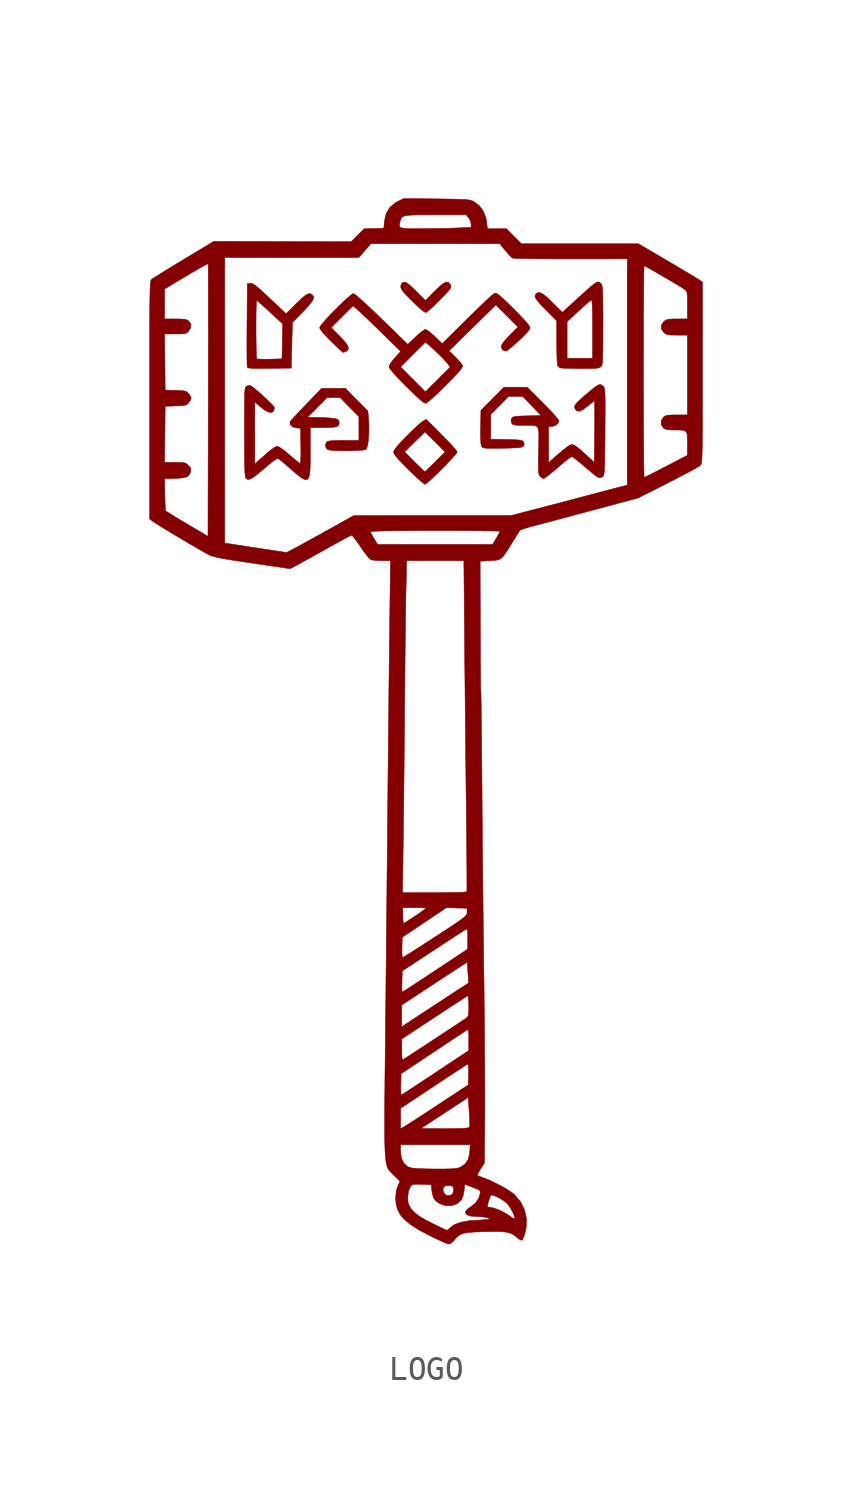
<source format=kicad_sym>
(kicad_symbol_lib
  (version 20220914)
  (generator "bitmap2component")
  (generator_version "9.0")
  (symbol "LOGO"
    (pin_names
      (offset 1.016))
    (property "Reference" "#G"
      (at 0 24.374 0)
      (effects (font (size 1.27 1.27)) hide))
    (symbol "LOGO_0_0"
      (polyline (pts (xy 1.021 -22.13) (xy 1.145 -22.005) (xy 1.217 -21.916) (xy 1.315 -21.822) (xy 1.428 -21.754) (xy 1.572 -21.707) (xy 1.764 -21.677) (xy 2.021 -21.659) (xy 2.359 -21.648) (xy 2.419 -21.646) (xy 2.778 -21.64) (xy 3.057 -21.643) (xy 3.27 -21.656) (xy 3.432 -21.683) (xy 3.559 -21.726) (xy 3.664 -21.786) (xy 3.763 -21.866) (xy 3.838 -21.929) (xy 3.942 -21.994) (xy 4.003 -22.007) (xy 4.032 -21.967) (xy 4.082 -21.855) (xy 4.133 -21.701) (xy 4.183 -21.469) (xy 4.191 -21.084) (xy 4.108 -20.714) (xy 3.937 -20.374) (xy 3.683 -20.076) (xy 3.633 -20.034) (xy 3.446 -19.903) (xy 3.202 -19.757) (xy 2.924 -19.61) (xy 2.639 -19.476) (xy 2.369 -19.366) (xy 2.274 -19.331) (xy 2.161 -19.288) (xy 2.111 -19.267) (xy 2.123 -19.232) (xy 2.176 -19.135) (xy 2.257 -19) (xy 2.418 -18.741) (xy 2.434 -16.856) (xy 2.436 -16.54) (xy 2.436 -16.102) (xy 2.436 -15.591) (xy 2.433 -15.019) (xy 2.43 -14.399) (xy 2.425 -13.742) (xy 2.42 -13.063) (xy 2.413 -12.374) (xy 2.406 -11.687) (xy 2.398 -11.015) (xy 2.394 -10.752) (xy 2.385 -9.979) (xy 2.375 -9.136) (xy 2.365 -8.244) (xy 2.355 -7.323) (xy 2.346 -6.394) (xy 2.337 -5.477) (xy 2.329 -4.593) (xy 2.322 -3.762) (xy 2.317 -3.004) (xy 2.314 -2.648) (xy 2.309 -2.041) (xy 2.304 -1.466) (xy 2.3 -0.93) (xy 2.295 -0.441) (xy 2.29 -0.005) (xy 2.285 0.369) (xy 2.281 0.675) (xy 2.276 0.905) (xy 2.273 1.053) (xy 2.27 1.109) (xy 2.267 1.141) (xy 2.264 1.262) (xy 2.26 1.466) (xy 2.257 1.743) (xy 2.254 2.085) (xy 2.251 2.482) (xy 2.248 2.926) (xy 2.246 3.408) (xy 2.244 3.918) (xy 2.237 6.668) (xy 2.662 6.692) (xy 2.772 6.698) (xy 2.915 6.71) (xy 3.026 6.735) (xy 3.118 6.785) (xy 3.208 6.87) (xy 3.307 7.003) (xy 3.432 7.195) (xy 3.594 7.457) (xy 3.696 7.622) (xy 3.8 7.789) (xy 3.876 7.911) (xy 3.912 7.969) (xy 3.919 7.975) (xy 3.999 8.009) (xy 4.151 8.059) (xy 4.355 8.12) (xy 4.595 8.185) (xy 4.783 8.235) (xy 5.058 8.308) (xy 5.397 8.398) (xy 5.785 8.501) (xy 6.205 8.614) (xy 6.643 8.731) (xy 7.083 8.849) (xy 8.914 9.34) (xy 10.171 9.977) (xy 10.229 10.007) (xy 10.553 10.173) (xy 10.85 10.328) (xy 11.108 10.465) (xy 11.314 10.578) (xy 11.458 10.661) (xy 11.526 10.706) (xy 11.529 10.709) (xy 11.547 10.728) (xy 11.562 10.754) (xy 11.576 10.792) (xy 11.587 10.849) (xy 11.596 10.933) (xy 11.604 11.049) (xy 11.61 11.204) (xy 11.615 11.404) (xy 11.619 11.656) (xy 11.622 11.967) (xy 11.623 12.343) (xy 11.624 12.791) (xy 11.625 13.316) (xy 11.625 13.927) (xy 11.625 14.628) (xy 11.625 18.457) (xy 11.491 18.552) (xy 11.484 18.557) (xy 11.395 18.613) (xy 11.236 18.71) (xy 11.018 18.84) (xy 10.755 18.997) (xy 10.458 19.173) (xy 10.139 19.361) (xy 8.921 20.076) (xy 6.45 20.076) (xy 3.978 20.076) (xy 3.663 20.393) (xy 3.349 20.711) (xy 2.947 20.711) (xy 2.545 20.711) (xy 2.511 21.009) (xy 2.483 21.164) (xy 2.373 21.451) (xy 2.2 21.688) (xy 1.978 21.855) (xy 1.945 21.872) (xy 1.881 21.898) (xy 1.803 21.919) (xy 1.702 21.934) (xy 1.563 21.946) (xy 1.375 21.955) (xy 1.126 21.961) (xy 0.804 21.966) (xy 0.396 21.971) (xy -0.992 21.985) (xy -1.247 21.86) (xy -1.368 21.792) (xy -1.59 21.597) (xy -1.734 21.344) (xy -1.804 21.029) (xy -1.823 20.828) (xy -1.173 20.828) (xy -1.17 20.899) (xy -1.149 20.992) (xy -1.139 21.034) (xy -1.115 21.113) (xy -1.081 21.175) (xy -1.028 21.221) (xy -0.942 21.253) (xy -0.814 21.275) (xy -0.632 21.288) (xy -0.385 21.294) (xy -0.063 21.297) (xy 0.346 21.297) (xy 1.654 21.297) (xy 1.755 21.168) (xy 1.826 21.04) (xy 1.856 20.905) (xy 1.856 20.77) (xy 1.331 20.745) (xy 1.148 20.738) (xy 0.864 20.73) (xy 0.533 20.723) (xy 0.182 20.718) (xy -0.16 20.714) (xy -0.173 20.714) (xy -0.517 20.712) (xy -0.775 20.715) (xy -0.959 20.725) (xy -1.079 20.745) (xy -1.146 20.778) (xy -1.173 20.828) (xy -1.823 20.828) (xy -1.832 20.735) (xy -2.247 20.721) (xy -2.662 20.707) (xy -2.937 20.435) (xy -3.213 20.163) (xy -6.112 20.17) (xy -9.012 20.177) (xy -10.282 19.412) (xy -10.396 19.343) (xy -10.71 19.153) (xy -10.997 18.977) (xy -11.244 18.825) (xy -11.44 18.702) (xy -11.575 18.616) (xy -11.638 18.572) (xy -11.644 18.566) (xy -11.657 18.545) (xy -11.669 18.511) (xy -11.679 18.457) (xy -11.688 18.38) (xy -11.695 18.271) (xy -11.702 18.128) (xy -11.707 17.942) (xy -11.711 17.709) (xy -11.715 17.424) (xy -11.718 17.08) (xy -11.72 16.672) (xy -11.721 16.195) (xy -11.722 15.642) (xy -11.723 15.008) (xy -11.723 14.289) (xy -11.723 13.476) (xy -11.723 10.844) (xy -11.09 10.844) (xy -11.077 12.028) (xy -11.064 13.213) (xy -10.614 13.227) (xy -10.431 13.234) (xy -10.279 13.246) (xy -10.183 13.269) (xy -10.119 13.307) (xy -10.065 13.368) (xy -10.061 13.372) (xy -9.993 13.477) (xy -9.965 13.555) (xy -9.965 13.557) (xy -9.995 13.637) (xy -10.065 13.742) (xy -10.11 13.793) (xy -10.17 13.835) (xy -10.259 13.86) (xy -10.399 13.874) (xy -10.614 13.883) (xy -11.064 13.897) (xy -11.077 15.081) (xy -11.09 16.266) (xy -10.629 16.266) (xy -10.617 16.266) (xy -10.404 16.267) (xy -10.265 16.276) (xy -10.178 16.297) (xy -10.119 16.334) (xy -10.066 16.395) (xy -9.986 16.53) (xy -9.977 16.671) (xy -10.062 16.803) (xy -10.087 16.826) (xy -10.153 16.864) (xy -10.25 16.887) (xy -10.399 16.898) (xy -10.624 16.901) (xy -11.088 16.901) (xy -11.088 17.534) (xy -11.088 18.167) (xy -10.18 18.71) (xy -10.069 18.775) (xy -9.813 18.926) (xy -9.59 19.054) (xy -9.414 19.153) (xy -9.297 19.214) (xy -9.251 19.232) (xy -9.25 19.213) (xy -9.248 19.108) (xy -9.246 18.914) (xy -9.244 18.638) (xy -9.243 18.286) (xy -9.242 17.864) (xy -9.241 17.379) (xy -9.241 16.836) (xy -9.24 16.241) (xy -9.241 15.6) (xy -9.242 14.92) (xy -9.242 14.207) (xy -9.244 13.466) (xy -9.256 7.719) (xy -10.136 8.239) (xy -10.214 8.285) (xy -10.471 8.438) (xy -10.695 8.575) (xy -10.873 8.685) (xy -10.993 8.763) (xy -11.042 8.799) (xy -11.044 8.805) (xy -11.055 8.886) (xy -11.064 9.041) (xy -11.072 9.25) (xy -11.078 9.495) (xy -11.087 10.151) (xy -10.625 10.168) (xy -10.608 10.168) (xy -10.364 10.183) (xy -10.198 10.212) (xy -10.092 10.262) (xy -10.028 10.343) (xy -9.988 10.463) (xy -9.98 10.501) (xy -9.994 10.609) (xy -10.08 10.719) (xy -10.131 10.766) (xy -10.2 10.808) (xy -10.292 10.832) (xy -10.433 10.842) (xy -10.647 10.844) (xy -11.09 10.844) (xy -11.723 10.844) (xy -11.723 8.455) (xy -11.564 8.337) (xy -11.546 8.325) (xy -11.431 8.249) (xy -11.247 8.134) (xy -11.009 7.988) (xy -10.729 7.819) (xy -10.42 7.635) (xy -10.095 7.443) (xy -10.084 7.436) (xy -8.548 7.436) (xy -8.548 13.463) (xy -8.548 19.49) (xy -5.718 19.49) (xy -2.889 19.49) (xy -2.634 19.783) (xy -2.379 20.076) (xy 0.342 20.076) (xy 3.063 20.076) (xy 3.302 19.786) (xy 3.322 19.762) (xy 3.445 19.622) (xy 3.549 19.516) (xy 3.614 19.466) (xy 3.615 19.465) (xy 3.685 19.459) (xy 3.842 19.454) (xy 4.077 19.449) (xy 4.379 19.445) (xy 4.739 19.441) (xy 5.147 19.439) (xy 5.593 19.437) (xy 6.068 19.437) (xy 8.45 19.439) (xy 8.45 14.678) (xy 9.134 14.678) (xy 9.134 14.754) (xy 9.135 15.402) (xy 9.136 16.022) (xy 9.137 16.605) (xy 9.139 17.145) (xy 9.142 17.635) (xy 9.144 18.069) (xy 9.148 18.439) (xy 9.151 18.739) (xy 9.155 18.961) (xy 9.159 19.1) (xy 9.163 19.148) (xy 9.166 19.147) (xy 9.227 19.117) (xy 9.354 19.047) (xy 9.531 18.947) (xy 9.743 18.825) (xy 9.973 18.691) (xy 10.207 18.555) (xy 10.427 18.424) (xy 10.62 18.309) (xy 10.768 18.218) (xy 10.856 18.161) (xy 10.911 18.12) (xy 10.949 18.074) (xy 10.973 18.006) (xy 10.985 17.898) (xy 10.99 17.73) (xy 10.99 17.484) (xy 10.99 16.901) (xy 10.549 16.901) (xy 10.394 16.9) (xy 10.232 16.893) (xy 10.126 16.874) (xy 10.053 16.838) (xy 9.987 16.781) (xy 9.978 16.772) (xy 9.883 16.626) (xy 9.886 16.483) (xy 9.987 16.337) (xy 10.032 16.295) (xy 10.1 16.253) (xy 10.193 16.23) (xy 10.334 16.219) (xy 10.549 16.217) (xy 10.99 16.217) (xy 10.99 14.532) (xy 10.99 12.847) (xy 10.528 12.847) (xy 10.374 12.846) (xy 10.205 12.839) (xy 10.096 12.822) (xy 10.024 12.79) (xy 9.966 12.74) (xy 9.886 12.61) (xy 9.88 12.453) (xy 9.965 12.309) (xy 10.003 12.276) (xy 10.088 12.236) (xy 10.217 12.216) (xy 10.416 12.211) (xy 10.468 12.211) (xy 10.696 12.209) (xy 10.845 12.191) (xy 10.934 12.142) (xy 10.976 12.046) (xy 10.989 11.886) (xy 10.99 11.647) (xy 10.99 11.143) (xy 10.093 10.676) (xy 10.018 10.637) (xy 9.754 10.501) (xy 9.524 10.383) (xy 9.34 10.291) (xy 9.216 10.23) (xy 9.165 10.209) (xy 9.165 10.21) (xy 9.16 10.268) (xy 9.156 10.416) (xy 9.152 10.648) (xy 9.148 10.956) (xy 9.145 11.334) (xy 9.142 11.774) (xy 9.139 12.271) (xy 9.137 12.816) (xy 9.136 13.404) (xy 9.134 14.027) (xy 9.134 14.678) (xy 8.45 14.678) (xy 8.45 14.659) (xy 8.45 9.878) (xy 8.341 9.855) (xy 8.313 9.848) (xy 8.195 9.818) (xy 8.002 9.768) (xy 7.745 9.701) (xy 7.437 9.62) (xy 7.09 9.528) (xy 6.716 9.429) (xy 6.648 9.411) (xy 6.225 9.299) (xy 5.792 9.184) (xy 5.369 9.073) (xy 4.977 8.97) (xy 4.638 8.882) (xy 4.372 8.813) (xy 3.541 8.598) (xy 0.221 8.598) (xy -3.1 8.597) (xy -4.325 7.914) (xy -2.393 7.914) (xy -2.368 7.922) (xy -2.25 7.933) (xy -2.038 7.941) (xy -1.735 7.949) (xy -1.343 7.954) (xy -0.865 7.959) (xy -0.302 7.961) (xy 0.342 7.962) (xy 0.697 7.962) (xy 1.183 7.96) (xy 1.633 7.958) (xy 2.038 7.956) (xy 2.389 7.952) (xy 2.677 7.948) (xy 2.894 7.943) (xy 3.03 7.938) (xy 3.077 7.933) (xy 3.059 7.888) (xy 3.002 7.782) (xy 2.919 7.64) (xy 2.761 7.376) (xy 0.335 7.376) (xy -2.092 7.376) (xy -2.243 7.621) (xy -2.308 7.731) (xy -2.369 7.849) (xy -2.393 7.914) (xy -4.325 7.914) (xy -4.501 7.815) (xy -4.721 7.693) (xy -5.043 7.515) (xy -5.332 7.358) (xy -5.576 7.226) (xy -5.766 7.125) (xy -5.892 7.061) (xy -5.943 7.039) (xy -6.036 7.053) (xy -6.213 7.079) (xy -6.453 7.115) (xy -6.74 7.159) (xy -7.056 7.207) (xy -7.383 7.257) (xy -7.705 7.306) (xy -8.548 7.436) (xy -10.084 7.436) (xy -9.767 7.251) (xy -9.45 7.068) (xy -9.38 7.027) (xy -9.296 6.98) (xy -9.215 6.939) (xy -9.128 6.903) (xy -9.027 6.869) (xy -8.902 6.837) (xy -8.744 6.803) (xy -8.544 6.766) (xy -8.292 6.724) (xy -7.981 6.676) (xy -7.6 6.619) (xy -7.141 6.551) (xy -6.594 6.471) (xy -5.788 6.353) (xy -5.544 6.48) (xy -5.49 6.509) (xy -5.336 6.593) (xy -5.122 6.711) (xy -4.862 6.855) (xy -4.573 7.016) (xy -4.269 7.187) (xy -4.067 7.3) (xy -3.795 7.45) (xy -3.559 7.579) (xy -3.371 7.679) (xy -3.243 7.744) (xy -3.188 7.767) (xy -3.188 7.767) (xy -3.142 7.728) (xy -3.056 7.623) (xy -2.942 7.468) (xy -2.811 7.279) (xy -2.683 7.091) (xy -2.558 6.923) (xy -2.457 6.8) (xy -2.394 6.741) (xy -2.387 6.738) (xy -2.284 6.715) (xy -2.12 6.698) (xy -1.926 6.692) (xy -1.549 6.692) (xy -1.581 4.213) (xy -1.581 4.211) (xy -1.587 3.792) (xy -1.593 3.287) (xy -1.599 2.707) (xy -1.607 2.066) (xy -1.614 1.373) (xy -1.622 0.641) (xy -1.63 -0.119) (xy -1.638 -0.894) (xy -1.646 -1.674) (xy -1.654 -2.446) (xy -1.661 -3.199) (xy -1.666 -3.677) (xy -1.674 -4.541) (xy -1.683 -5.474) (xy -1.693 -6.459) (xy -1.702 -7.327) (xy -1.041 -7.327) (xy -1.009 -5.117) (xy -1.003 -4.701) (xy -0.997 -4.171) (xy -0.99 -3.575) (xy -0.983 -2.929) (xy -0.976 -2.25) (xy -0.969 -1.555) (xy -0.963 -0.86) (xy -0.957 -0.181) (xy -0.952 0.464) (xy -0.951 0.577) (xy -0.946 1.194) (xy -0.94 1.817) (xy -0.934 2.433) (xy -0.928 3.03) (xy -0.921 3.594) (xy -0.915 4.112) (xy -0.909 4.572) (xy -0.903 4.96) (xy -0.897 5.263) (xy -0.868 6.692) (xy 0.341 6.692) (xy 1.55 6.692) (xy 1.586 2.699) (xy 1.589 2.28) (xy 1.597 1.537) (xy 1.604 0.758) (xy 1.612 -0.038) (xy 1.62 -0.836) (xy 1.628 -1.62) (xy 1.636 -2.372) (xy 1.644 -3.076) (xy 1.651 -3.716) (xy 1.658 -4.274) (xy 1.658 -4.308) (xy 1.664 -4.837) (xy 1.669 -5.337) (xy 1.673 -5.798) (xy 1.676 -6.213) (xy 1.678 -6.573) (xy 1.679 -6.869) (xy 1.679 -7.093) (xy 1.677 -7.236) (xy 1.674 -7.29) (xy 1.673 -7.291) (xy 1.613 -7.301) (xy 1.469 -7.309) (xy 1.253 -7.316) (xy 0.979 -7.322) (xy 0.66 -7.326) (xy 0.307 -7.327) (xy -1.041 -7.327) (xy -1.702 -7.327) (xy -1.703 -7.477) (xy -1.712 -8.307) (xy -1.026 -8.307) (xy -1.026 -7.962) (xy -0.537 -7.962) (xy -0.395 -7.963) (xy -0.217 -7.968) (xy -0.094 -7.975) (xy -0.049 -7.985) (xy -0.071 -8.007) (xy -0.16 -8.075) (xy -0.3 -8.174) (xy -0.476 -8.294) (xy -0.609 -8.382) (xy -0.775 -8.492) (xy -0.9 -8.574) (xy -0.965 -8.616) (xy -0.98 -8.621) (xy -1.007 -8.591) (xy -1.022 -8.491) (xy -1.026 -8.307) (xy -1.712 -8.307) (xy -1.714 -8.511) (xy -1.724 -9.543) (xy -1.727 -9.84) (xy -1.066 -9.84) (xy -1.064 -9.638) (xy -1.05 -9.214) (xy -0.122 -8.59) (xy 0.806 -7.966) (xy 1.246 -7.976) (xy 1.685 -7.986) (xy 1.685 -8.15) (xy 1.684 -8.184) (xy 1.676 -8.227) (xy 1.652 -8.273) (xy 1.604 -8.328) (xy 1.524 -8.397) (xy 1.403 -8.487) (xy 1.234 -8.605) (xy 1.007 -8.757) (xy 0.715 -8.949) (xy 0.35 -9.188) (xy 0.146 -9.322) (xy -0.163 -9.522) (xy -0.44 -9.699) (xy -0.675 -9.849) (xy -0.859 -9.963) (xy -0.981 -10.036) (xy -1.032 -10.062) (xy -1.039 -10.058) (xy -1.057 -9.985) (xy -1.066 -9.84) (xy -1.727 -9.84) (xy -1.734 -10.555) (xy -1.742 -11.276) (xy -1.068 -11.276) (xy -1.064 -11.081) (xy -1.05 -10.634) (xy 0.244 -9.784) (xy 0.406 -9.678) (xy 0.716 -9.475) (xy 0.997 -9.291) (xy 1.239 -9.133) (xy 1.432 -9.008) (xy 1.563 -8.924) (xy 1.624 -8.886) (xy 1.657 -8.871) (xy 1.685 -8.883) (xy 1.701 -8.943) (xy 1.708 -9.068) (xy 1.71 -9.274) (xy 1.71 -9.711) (xy 0.34 -10.619) (xy 0.1 -10.778) (xy -0.208 -10.981) (xy -0.482 -11.161) (xy -0.713 -11.312) (xy -0.892 -11.428) (xy -1.009 -11.502) (xy -1.054 -11.528) (xy -1.059 -11.515) (xy -1.066 -11.428) (xy -1.068 -11.276) (xy -1.742 -11.276) (xy -1.744 -11.529) (xy -1.754 -12.448) (xy -1.755 -12.533) (xy -1.075 -12.533) (xy -1.075 -12.075) (xy 0.304 -11.169) (xy 0.551 -11.006) (xy 0.858 -10.806) (xy 1.131 -10.628) (xy 1.36 -10.48) (xy 1.535 -10.367) (xy 1.648 -10.296) (xy 1.689 -10.272) (xy 1.691 -10.284) (xy 1.699 -10.369) (xy 1.71 -10.52) (xy 1.722 -10.713) (xy 1.748 -11.143) (xy 1.35 -11.401) (xy 1.276 -11.449) (xy 1.083 -11.575) (xy 0.836 -11.737) (xy 0.551 -11.924) (xy 0.246 -12.123) (xy -0.061 -12.325) (xy -1.075 -12.991) (xy -1.075 -12.533) (xy -1.755 -12.533) (xy -1.763 -13.294) (xy -1.769 -13.924) (xy -1.77 -13.961) (xy -1.071 -13.961) (xy -1.068 -13.506) (xy 0.303 -12.602) (xy 0.54 -12.446) (xy 0.85 -12.243) (xy 1.127 -12.061) (xy 1.363 -11.908) (xy 1.546 -11.79) (xy 1.667 -11.712) (xy 1.716 -11.682) (xy 1.726 -11.691) (xy 1.743 -11.77) (xy 1.754 -11.916) (xy 1.758 -12.107) (xy 1.758 -12.26) (xy 1.751 -12.42) (xy 1.734 -12.52) (xy 1.701 -12.581) (xy 1.649 -12.627) (xy 1.633 -12.638) (xy 1.54 -12.701) (xy 1.379 -12.807) (xy 1.163 -12.95) (xy 0.903 -13.122) (xy 0.609 -13.315) (xy 0.293 -13.523) (xy 0.171 -13.603) (xy -0.134 -13.803) (xy -0.41 -13.983) (xy -0.646 -14.138) (xy -0.833 -14.26) (xy -0.959 -14.342) (xy -1.014 -14.378) (xy -1.043 -14.375) (xy -1.061 -14.313) (xy -1.07 -14.179) (xy -1.071 -13.961) (xy -1.77 -13.961) (xy -1.778 -14.711) (xy -1.785 -15.409) (xy -1.787 -15.634) (xy -1.115 -15.634) (xy -1.113 -15.43) (xy -1.099 -14.976) (xy 0.244 -14.08) (xy 0.453 -13.941) (xy 0.765 -13.733) (xy 1.048 -13.546) (xy 1.29 -13.386) (xy 1.482 -13.259) (xy 1.613 -13.174) (xy 1.673 -13.136) (xy 1.709 -13.121) (xy 1.736 -13.136) (xy 1.75 -13.2) (xy 1.757 -13.33) (xy 1.758 -13.541) (xy 1.757 -13.994) (xy 0.36 -14.922) (xy 0.098 -15.096) (xy -0.214 -15.302) (xy -0.492 -15.485) (xy -0.728 -15.64) (xy -0.911 -15.759) (xy -1.033 -15.837) (xy -1.083 -15.867) (xy -1.092 -15.861) (xy -1.108 -15.784) (xy -1.115 -15.634) (xy -1.787 -15.634) (xy -1.791 -16.026) (xy -1.795 -16.565) (xy -1.796 -17.033) (xy -1.796 -17.294) (xy -1.123 -17.294) (xy -1.123 -16.865) (xy -1.123 -16.437) (xy 0.275 -15.509) (xy 0.537 -15.335) (xy 0.849 -15.129) (xy 1.127 -14.946) (xy 1.363 -14.791) (xy 1.546 -14.672) (xy 1.668 -14.594) (xy 1.718 -14.564) (xy 1.727 -14.57) (xy 1.743 -14.647) (xy 1.75 -14.795) (xy 1.748 -14.997) (xy 1.734 -15.447) (xy 0.44 -16.299) (xy 0.285 -16.401) (xy -0.03 -16.607) (xy -0.318 -16.795) (xy -0.57 -16.957) (xy -0.772 -17.088) (xy -0.916 -17.178) (xy -0.989 -17.223) (xy -1.115 -17.29) (xy -0.269 -17.29) (xy 0.733 -16.633) (xy 1.734 -15.976) (xy 1.774 -16.567) (xy 1.787 -16.801) (xy 1.794 -17.003) (xy 1.794 -17.152) (xy 1.787 -17.224) (xy 1.786 -17.228) (xy 1.754 -17.25) (xy 1.681 -17.267) (xy 1.555 -17.279) (xy 1.365 -17.286) (xy 1.099 -17.29) (xy 0.746 -17.291) (xy -0.269 -17.29) (xy -1.115 -17.29) (xy -1.123 -17.294) (xy -1.796 -17.294) (xy -1.796 -17.436) (xy -1.792 -17.779) (xy -1.785 -18.068) (xy -1.777 -18.261) (xy -1.123 -18.261) (xy -1.123 -17.975) (xy 0.348 -17.975) (xy 1.819 -17.975) (xy 1.798 -18.269) (xy 1.789 -18.36) (xy 1.726 -18.602) (xy 1.604 -18.782) (xy 1.413 -18.916) (xy 1.406 -18.919) (xy 1.331 -18.949) (xy 1.235 -18.971) (xy 1.104 -18.986) (xy 0.922 -18.994) (xy 0.673 -18.998) (xy 0.342 -18.998) (xy 0.241 -18.998) (xy -0.113 -18.991) (xy -0.4 -18.979) (xy -0.609 -18.961) (xy -0.731 -18.937) (xy -0.819 -18.898) (xy -0.986 -18.753) (xy -1.089 -18.539) (xy -1.123 -18.261) (xy -1.777 -18.261) (xy -1.775 -18.308) (xy -1.76 -18.505) (xy -1.742 -18.664) (xy -1.719 -18.792) (xy -1.691 -18.893) (xy -1.658 -18.974) (xy -1.619 -19.04) (xy -1.574 -19.096) (xy -1.523 -19.149) (xy -1.466 -19.204) (xy -1.401 -19.267) (xy -1.148 -19.519) (xy -1.24 -19.712) (xy -1.304 -19.909) (xy -1.327 -20.164) (xy -0.82 -20.164) (xy -0.787 -19.938) (xy -0.712 -19.757) (xy -0.679 -19.71) (xy -0.629 -19.668) (xy -0.554 -19.646) (xy -0.428 -19.641) (xy -0.23 -19.646) (xy 0.171 -19.661) (xy 0.197 -19.905) (xy 0.198 -19.909) (xy 0.669 -19.909) (xy 0.681 -19.788) (xy 0.771 -19.71) (xy 0.93 -19.693) (xy 1.019 -19.707) (xy 1.089 -19.751) (xy 1.115 -19.847) (xy 1.11 -19.956) (xy 1.072 -20.054) (xy 1.067 -20.06) (xy 0.964 -20.115) (xy 0.84 -20.116) (xy 0.746 -20.064) (xy 0.741 -20.057) (xy 0.669 -19.909) (xy 0.198 -19.909) (xy 0.216 -20.039) (xy 0.274 -20.227) (xy 0.376 -20.361) (xy 0.537 -20.466) (xy 0.782 -20.548) (xy 1.032 -20.55) (xy 1.255 -20.469) (xy 1.306 -20.435) (xy 1.438 -20.308) (xy 1.518 -20.137) (xy 1.562 -19.898) (xy 1.587 -19.647) (xy 1.922 -19.771) (xy 2.048 -19.818) (xy 2.168 -19.87) (xy 2.226 -19.916) (xy 2.241 -19.974) (xy 2.231 -20.059) (xy 2.176 -20.235) (xy 2.028 -20.449) (xy 1.855 -20.582) (xy 2.54 -20.582) (xy 2.545 -20.544) (xy 2.573 -20.432) (xy 2.615 -20.295) (xy 2.658 -20.174) (xy 2.689 -20.108) (xy 2.742 -20.1) (xy 2.856 -20.134) (xy 3.003 -20.201) (xy 3.158 -20.291) (xy 3.299 -20.388) (xy 3.4 -20.481) (xy 3.427 -20.515) (xy 3.535 -20.677) (xy 3.626 -20.847) (xy 3.654 -20.914) (xy 3.694 -21.033) (xy 3.703 -21.098) (xy 3.678 -21.1) (xy 3.594 -21.058) (xy 3.476 -20.976) (xy 3.382 -20.911) (xy 3.188 -20.801) (xy 2.977 -20.706) (xy 2.783 -20.639) (xy 2.636 -20.613) (xy 2.581 -20.607) (xy 2.54 -20.582) (xy 1.855 -20.582) (xy 1.806 -20.62) (xy 1.757 -20.649) (xy 1.64 -20.755) (xy 1.614 -20.851) (xy 1.675 -20.93) (xy 1.817 -20.984) (xy 2.036 -21.004) (xy 2.101 -21.005) (xy 2.301 -21.017) (xy 2.473 -21.04) (xy 2.593 -21.07) (xy 2.638 -21.103) (xy 2.601 -21.117) (xy 2.484 -21.134) (xy 2.307 -21.149) (xy 2.088 -21.16) (xy 1.774 -21.182) (xy 1.414 -21.247) (xy 1.139 -21.352) (xy 0.948 -21.497) (xy 0.886 -21.557) (xy 0.835 -21.587) (xy 0.83 -21.585) (xy 0.761 -21.555) (xy 0.624 -21.492) (xy 0.438 -21.404) (xy 0.22 -21.298) (xy -0.033 -21.169) (xy -0.331 -20.992) (xy -0.55 -20.823) (xy -0.698 -20.654) (xy -0.786 -20.479) (xy -0.808 -20.39) (xy -0.82 -20.164) (xy -1.327 -20.164) (xy -1.332 -20.222) (xy -1.311 -20.492) (xy -1.242 -20.733) (xy -1.117 -20.954) (xy -0.929 -21.163) (xy -0.67 -21.369) (xy -0.331 -21.581) (xy 0.095 -21.806) (xy 0.251 -21.883) (xy 0.485 -21.994) (xy 0.685 -22.084) (xy 0.832 -22.145) (xy 0.91 -22.169) (xy 0.91 -22.169) (xy 1.021 -22.13)) (stroke (width 0.01) (type default)) (fill (type outline)))
      (polyline (pts (xy -0.079 9.92) (xy -0.002 9.975) (xy 0.123 10.084) (xy 0.283 10.233) (xy 0.465 10.409) (xy 0.656 10.599) (xy 0.841 10.79) (xy 1.009 10.967) (xy 1.145 11.117) (xy 1.236 11.228) (xy 1.27 11.286) (xy 1.27 11.286) (xy 1.235 11.342) (xy 1.141 11.454) (xy 0.999 11.611) (xy 0.821 11.799) (xy 0.615 12.008) (xy -0.04 12.662) (xy -0.193 12.572) (xy -0.227 12.548) (xy -0.341 12.454) (xy -0.499 12.311) (xy -0.684 12.134) (xy -0.881 11.939) (xy -0.989 11.828) (xy -1.186 11.619) (xy -1.318 11.462) (xy -1.393 11.351) (xy -1.413 11.287) (xy -0.953 11.287) (xy -0.522 11.71) (xy -0.092 12.132) (xy 0.332 11.708) (xy 0.756 11.284) (xy 0.342 10.869) (xy 0.341 10.867) (xy 0.178 10.706) (xy 0.042 10.575) (xy -0.055 10.486) (xy -0.098 10.453) (xy -0.098 10.453) (xy -0.141 10.487) (xy -0.239 10.576) (xy -0.376 10.709) (xy -0.538 10.87) (xy -0.953 11.287) (xy -1.413 11.287) (xy -1.417 11.276) (xy -1.397 11.211) (xy -1.331 11.111) (xy -1.212 10.971) (xy -1.034 10.782) (xy -0.79 10.536) (xy -0.603 10.355) (xy -0.416 10.179) (xy -0.26 10.04) (xy -0.147 9.949) (xy -0.091 9.916) (xy -0.079 9.92)) (stroke (width 0.01) (type default)) (fill (type outline)))
      (polyline (pts (xy -5.009 10.178) (xy -4.968 10.321) (xy -4.945 10.547) (xy -4.935 10.86) (xy -4.934 11.265) (xy -4.934 12.309) (xy -4.378 12.309) (xy -4.201 12.311) (xy -3.979 12.321) (xy -3.834 12.347) (xy -3.751 12.392) (xy -3.718 12.462) (xy -3.721 12.563) (xy -3.728 12.597) (xy -3.764 12.651) (xy -3.848 12.683) (xy -4.005 12.707) (xy -4.008 12.708) (xy -4.197 12.724) (xy -4.432 12.737) (xy -4.664 12.744) (xy -5.053 12.749) (xy -4.64 13.164) (xy -4.227 13.579) (xy -3.952 13.579) (xy -3.677 13.579) (xy -3.28 13.176) (xy -2.883 12.773) (xy -2.882 12.273) (xy -2.882 11.772) (xy -3.532 11.772) (xy -3.738 11.77) (xy -3.997 11.761) (xy -4.163 11.742) (xy -4.24 11.713) (xy -4.246 11.707) (xy -4.295 11.594) (xy -4.279 11.471) (xy -4.204 11.383) (xy -4.125 11.363) (xy -3.967 11.346) (xy -3.756 11.336) (xy -3.513 11.331) (xy -3.26 11.333) (xy -3.019 11.34) (xy -2.811 11.352) (xy -2.657 11.37) (xy -2.579 11.393) (xy -2.559 11.421) (xy -2.521 11.54) (xy -2.491 11.725) (xy -2.469 11.955) (xy -2.458 12.209) (xy -2.459 12.465) (xy -2.475 12.702) (xy -2.507 13.017) (xy -2.979 13.493) (xy -3.451 13.97) (xy -3.955 13.97) (xy -4.458 13.97) (xy -5.099 13.305) (xy -5.1 13.304) (xy -5.304 13.091) (xy -5.485 12.899) (xy -5.632 12.741) (xy -5.733 12.628) (xy -5.778 12.573) (xy -5.796 12.526) (xy -5.774 12.423) (xy -5.681 12.341) (xy -5.532 12.3) (xy -5.349 12.285) (xy -5.335 11.54) (xy -5.333 11.398) (xy -5.334 11.159) (xy -5.339 10.968) (xy -5.348 10.841) (xy -5.36 10.795) (xy -5.401 10.819) (xy -5.502 10.896) (xy -5.644 11.014) (xy -5.813 11.159) (xy -5.962 11.285) (xy -6.125 11.409) (xy -6.253 11.494) (xy -6.33 11.526) (xy -6.349 11.523) (xy -6.449 11.474) (xy -6.589 11.378) (xy -6.745 11.25) (xy -6.787 11.212) (xy -6.945 11.072) (xy -7.08 10.953) (xy -7.168 10.875) (xy -7.278 10.778) (xy -7.278 12.085) (xy -7.278 13.391) (xy -7.016 13.168) (xy -6.861 13.049) (xy -6.689 12.962) (xy -6.559 12.951) (xy -6.476 13.018) (xy -6.448 13.163) (xy -6.449 13.168) (xy -6.496 13.229) (xy -6.599 13.336) (xy -6.739 13.472) (xy -6.902 13.624) (xy -7.071 13.775) (xy -7.229 13.912) (xy -7.361 14.018) (xy -7.448 14.08) (xy -7.507 14.094) (xy -7.619 14.068) (xy -7.633 14.06) (xy -7.655 14.041) (xy -7.673 14.007) (xy -7.688 13.95) (xy -7.698 13.861) (xy -7.706 13.73) (xy -7.712 13.548) (xy -7.715 13.306) (xy -7.717 12.993) (xy -7.718 12.602) (xy -7.718 12.122) (xy -7.718 11.87) (xy -7.716 11.395) (xy -7.712 11.008) (xy -7.707 10.703) (xy -7.699 10.473) (xy -7.688 10.312) (xy -7.675 10.213) (xy -7.659 10.17) (xy -7.603 10.13) (xy -7.53 10.121) (xy -7.434 10.156) (xy -7.301 10.239) (xy -7.122 10.378) (xy -6.884 10.578) (xy -6.706 10.73) (xy -6.541 10.865) (xy -6.426 10.95) (xy -6.348 10.992) (xy -6.295 10.999) (xy -6.253 10.981) (xy -6.192 10.932) (xy -6.072 10.83) (xy -5.912 10.694) (xy -5.733 10.539) (xy -5.702 10.511) (xy -5.48 10.322) (xy -5.305 10.188) (xy -5.173 10.117) (xy -5.076 10.111) (xy -5.009 10.178)) (stroke (width 0.01) (type default)) (fill (type outline)))
      (polyline (pts (xy 4.932 10.165) (xy 5.015 10.218) (xy 5.15 10.319) (xy 5.322 10.459) (xy 5.517 10.624) (xy 5.595 10.691) (xy 5.782 10.848) (xy 5.939 10.974) (xy 6.052 11.058) (xy 6.107 11.088) (xy 6.114 11.086) (xy 6.184 11.043) (xy 6.309 10.948) (xy 6.472 10.816) (xy 6.659 10.657) (xy 6.699 10.623) (xy 6.886 10.465) (xy 7.049 10.332) (xy 7.171 10.239) (xy 7.237 10.197) (xy 7.303 10.192) (xy 7.408 10.233) (xy 7.429 10.252) (xy 7.448 10.286) (xy 7.464 10.341) (xy 7.476 10.427) (xy 7.486 10.554) (xy 7.494 10.732) (xy 7.499 10.969) (xy 7.504 11.275) (xy 7.508 11.66) (xy 7.512 12.133) (xy 7.513 12.323) (xy 7.516 12.76) (xy 7.518 13.113) (xy 7.517 13.391) (xy 7.515 13.604) (xy 7.509 13.763) (xy 7.5 13.875) (xy 7.488 13.953) (xy 7.472 14.004) (xy 7.451 14.039) (xy 7.425 14.067) (xy 7.399 14.091) (xy 7.343 14.127) (xy 7.279 14.13) (xy 7.195 14.095) (xy 7.076 14.014) (xy 6.91 13.882) (xy 6.684 13.691) (xy 6.543 13.57) (xy 6.381 13.422) (xy 6.281 13.313) (xy 6.232 13.23) (xy 6.227 13.159) (xy 6.254 13.087) (xy 6.311 13.021) (xy 6.425 13.002) (xy 6.581 13.067) (xy 6.78 13.219) (xy 6.791 13.228) (xy 6.92 13.334) (xy 7.016 13.403) (xy 7.061 13.421) (xy 7.067 13.375) (xy 7.071 13.243) (xy 7.074 13.039) (xy 7.075 12.775) (xy 7.074 12.465) (xy 7.071 12.122) (xy 7.058 10.845) (xy 6.692 11.178) (xy 6.596 11.265) (xy 6.411 11.428) (xy 6.274 11.533) (xy 6.171 11.586) (xy 6.086 11.593) (xy 6.004 11.561) (xy 5.909 11.496) (xy 5.9 11.489) (xy 5.766 11.383) (xy 5.596 11.242) (xy 5.426 11.095) (xy 5.129 10.834) (xy 5.129 11.596) (xy 5.129 12.358) (xy 5.259 12.358) (xy 5.28 12.359) (xy 5.418 12.401) (xy 5.525 12.489) (xy 5.568 12.597) (xy 5.568 12.6) (xy 5.529 12.662) (xy 5.432 12.78) (xy 5.287 12.942) (xy 5.105 13.134) (xy 4.897 13.347) (xy 4.226 14.019) (xy 3.736 14.019) (xy 3.246 14.019) (xy 2.759 13.53) (xy 2.271 13.04) (xy 2.256 12.336) (xy 2.252 12.105) (xy 2.256 11.825) (xy 2.27 11.632) (xy 2.295 11.53) (xy 2.316 11.497) (xy 2.35 11.469) (xy 2.409 11.45) (xy 2.507 11.44) (xy 2.659 11.436) (xy 2.88 11.437) (xy 3.184 11.441) (xy 3.252 11.442) (xy 3.543 11.448) (xy 3.753 11.457) (xy 3.897 11.468) (xy 3.989 11.485) (xy 4.043 11.508) (xy 4.073 11.54) (xy 4.101 11.606) (xy 4.073 11.711) (xy 4.062 11.726) (xy 4.02 11.757) (xy 3.943 11.778) (xy 3.818 11.793) (xy 3.626 11.803) (xy 3.353 11.81) (xy 2.687 11.823) (xy 2.687 12.346) (xy 2.687 12.869) (xy 3.064 13.248) (xy 3.441 13.628) (xy 3.739 13.628) (xy 4.037 13.628) (xy 4.424 13.225) (xy 4.811 12.822) (xy 4.214 12.808) (xy 4.108 12.806) (xy 3.887 12.798) (xy 3.739 12.786) (xy 3.648 12.768) (xy 3.596 12.739) (xy 3.565 12.698) (xy 3.54 12.631) (xy 3.566 12.505) (xy 3.585 12.475) (xy 3.632 12.439) (xy 3.714 12.418) (xy 3.853 12.409) (xy 4.068 12.406) (xy 4.259 12.408) (xy 4.429 12.408) (xy 4.552 12.393) (xy 4.635 12.353) (xy 4.686 12.276) (xy 4.71 12.148) (xy 4.717 11.959) (xy 4.712 11.696) (xy 4.704 11.348) (xy 4.698 11.027) (xy 4.695 10.764) (xy 4.697 10.573) (xy 4.704 10.439) (xy 4.718 10.351) (xy 4.739 10.293) (xy 4.767 10.253) (xy 4.836 10.194) (xy 4.917 10.16) (xy 4.932 10.165)) (stroke (width 0.01) (type default)) (fill (type outline)))
      (polyline (pts (xy -0.023 13.357) (xy 0.096 13.446) (xy 0.272 13.6) (xy 0.5 13.815) (xy 0.775 14.086) (xy 0.777 14.088) (xy 1.035 14.348) (xy 1.228 14.55) (xy 1.364 14.701) (xy 1.449 14.809) (xy 1.491 14.883) (xy 1.495 14.93) (xy 1.492 14.938) (xy 1.435 15.025) (xy 1.329 15.15) (xy 1.196 15.29) (xy 0.926 15.556) (xy 1.913 16.524) (xy 2.9 17.492) (xy 3.367 17.026) (xy 3.833 16.56) (xy 3.479 16.204) (xy 3.414 16.137) (xy 3.261 15.966) (xy 3.162 15.831) (xy 3.126 15.745) (xy 3.152 15.646) (xy 3.233 15.56) (xy 3.34 15.541) (xy 3.345 15.543) (xy 3.415 15.589) (xy 3.538 15.688) (xy 3.698 15.826) (xy 3.879 15.989) (xy 4.03 16.131) (xy 4.209 16.314) (xy 4.313 16.445) (xy 4.347 16.528) (xy 4.335 16.569) (xy 4.264 16.675) (xy 4.126 16.836) (xy 3.921 17.055) (xy 3.643 17.334) (xy 3.503 17.473) (xy 3.293 17.678) (xy 3.136 17.824) (xy 3.023 17.919) (xy 2.944 17.973) (xy 2.889 17.991) (xy 2.85 17.982) (xy 2.801 17.951) (xy 2.728 17.893) (xy 2.628 17.806) (xy 2.494 17.683) (xy 2.319 17.516) (xy 2.097 17.3) (xy 1.819 17.028) (xy 1.48 16.693) (xy 0.636 15.858) (xy 0.323 16.16) (xy 0.259 16.219) (xy 0.115 16.343) (xy -0.003 16.429) (xy -0.074 16.461) (xy -0.102 16.453) (xy -0.198 16.391) (xy -0.333 16.282) (xy -0.486 16.143) (xy -0.816 15.825) (xy -1.921 16.9) (xy -2.06 17.034) (xy -2.325 17.288) (xy -2.567 17.513) (xy -2.775 17.703) (xy -2.942 17.849) (xy -3.057 17.942) (xy -3.112 17.975) (xy -3.133 17.969) (xy -3.223 17.908) (xy -3.36 17.793) (xy -3.529 17.638) (xy -3.719 17.455) (xy -3.916 17.259) (xy -4.106 17.062) (xy -4.277 16.877) (xy -4.416 16.718) (xy -4.509 16.599) (xy -4.543 16.532) (xy -4.52 16.474) (xy -4.429 16.349) (xy -4.274 16.175) (xy -4.061 15.957) (xy -4.006 15.903) (xy -3.834 15.739) (xy -3.692 15.606) (xy -3.591 15.517) (xy -3.545 15.484) (xy -3.506 15.494) (xy -3.416 15.535) (xy -3.345 15.593) (xy -3.325 15.681) (xy -3.373 15.8) (xy -3.493 15.96) (xy -3.688 16.168) (xy -4.054 16.537) (xy -3.595 16.994) (xy -3.135 17.452) (xy -3.005 17.35) (xy -2.959 17.31) (xy -2.844 17.204) (xy -2.679 17.049) (xy -2.475 16.854) (xy -2.244 16.63) (xy -1.996 16.389) (xy -1.116 15.53) (xy -1.364 15.259) (xy -1.376 15.246) (xy -1.496 15.099) (xy -1.58 14.969) (xy -1.612 14.883) (xy -1.61 14.874) (xy -1.122 14.874) (xy -0.622 15.374) (xy -0.55 15.446) (xy -0.378 15.618) (xy -0.234 15.761) (xy -0.132 15.861) (xy -0.087 15.906) (xy -0.085 15.906) (xy -0.035 15.881) (xy 0.066 15.801) (xy 0.203 15.681) (xy 0.36 15.536) (xy 0.522 15.379) (xy 0.673 15.227) (xy 0.798 15.093) (xy 0.881 14.992) (xy 0.971 14.866) (xy 0.448 14.345) (xy -0.075 13.823) (xy -0.599 14.349) (xy -1.122 14.874) (xy -1.61 14.874) (xy -1.605 14.855) (xy -1.536 14.749) (xy -1.395 14.581) (xy -1.18 14.35) (xy -0.892 14.056) (xy -0.701 13.867) (xy -0.464 13.641) (xy -0.277 13.474) (xy -0.145 13.37) (xy -0.073 13.335) (xy -0.023 13.357)) (stroke (width 0.01) (type default)) (fill (type outline)))
      (polyline (pts (xy -6.656 14.812) (xy -5.739 14.825) (xy -5.715 15.787) (xy -5.691 16.749) (xy -5.239 17.211) (xy -5.141 17.313) (xy -4.964 17.506) (xy -4.853 17.653) (xy -4.8 17.762) (xy -4.8 17.846) (xy -4.846 17.917) (xy -4.863 17.933) (xy -4.941 17.971) (xy -5.035 17.957) (xy -5.157 17.887) (xy -5.318 17.753) (xy -5.53 17.55) (xy -5.958 17.124) (xy -6.142 17.296) (xy -6.158 17.311) (xy -6.275 17.421) (xy -6.439 17.575) (xy -6.632 17.755) (xy -6.834 17.944) (xy -6.842 17.952) (xy -7.052 18.145) (xy -7.208 18.278) (xy -7.32 18.36) (xy -7.403 18.399) (xy -7.469 18.405) (xy -7.596 18.391) (xy -7.608 16.657) (xy -7.609 16.496) (xy -7.229 16.496) (xy -7.228 16.792) (xy -7.226 17.07) (xy -7.222 17.314) (xy -7.217 17.508) (xy -7.209 17.636) (xy -7.2 17.682) (xy -7.187 17.675) (xy -7.114 17.616) (xy -6.989 17.507) (xy -6.826 17.36) (xy -6.637 17.186) (xy -6.103 16.69) (xy -6.117 15.953) (xy -6.13 15.216) (xy -6.646 15.202) (xy -6.809 15.199) (xy -6.999 15.201) (xy -7.135 15.209) (xy -7.195 15.222) (xy -7.197 15.226) (xy -7.206 15.298) (xy -7.214 15.447) (xy -7.22 15.657) (xy -7.224 15.913) (xy -7.227 16.198) (xy -7.229 16.496) (xy -7.609 16.496) (xy -7.611 16.294) (xy -7.612 15.917) (xy -7.611 15.579) (xy -7.61 15.293) (xy -7.607 15.07) (xy -7.603 14.922) (xy -7.597 14.861) (xy -7.587 14.848) (xy -7.532 14.829) (xy -7.422 14.816) (xy -7.246 14.809) (xy -6.995 14.808) (xy -6.656 14.812)) (stroke (width 0.01) (type default)) (fill (type outline)))
      (polyline (pts (xy 6.928 14.806) (xy 7.099 14.814) (xy 7.214 14.828) (xy 7.287 14.85) (xy 7.335 14.881) (xy 7.346 14.891) (xy 7.368 14.923) (xy 7.385 14.971) (xy 7.399 15.047) (xy 7.409 15.16) (xy 7.416 15.32) (xy 7.42 15.538) (xy 7.423 15.823) (xy 7.424 16.186) (xy 7.425 16.636) (xy 7.424 16.96) (xy 7.423 17.355) (xy 7.42 17.667) (xy 7.416 17.909) (xy 7.409 18.089) (xy 7.399 18.217) (xy 7.386 18.302) (xy 7.369 18.356) (xy 7.348 18.387) (xy 7.343 18.392) (xy 7.297 18.435) (xy 7.253 18.46) (xy 7.202 18.461) (xy 7.133 18.433) (xy 7.038 18.37) (xy 6.908 18.265) (xy 6.733 18.112) (xy 6.504 17.905) (xy 6.212 17.639) (xy 5.708 17.178) (xy 5.283 17.601) (xy 5.232 17.652) (xy 5.033 17.839) (xy 4.881 17.958) (xy 4.766 18.014) (xy 4.677 18.015) (xy 4.601 17.966) (xy 4.565 17.918) (xy 4.553 17.854) (xy 4.584 17.77) (xy 4.665 17.656) (xy 4.804 17.5) (xy 5.007 17.289) (xy 5.471 16.817) (xy 5.471 16.013) (xy 5.91 16.013) (xy 5.91 16.786) (xy 6.387 17.225) (xy 6.42 17.256) (xy 6.599 17.419) (xy 6.753 17.557) (xy 6.867 17.655) (xy 6.924 17.7) (xy 6.938 17.7) (xy 6.954 17.66) (xy 6.966 17.568) (xy 6.975 17.413) (xy 6.981 17.188) (xy 6.984 16.883) (xy 6.985 16.488) (xy 6.985 15.24) (xy 6.448 15.24) (xy 5.91 15.24) (xy 5.91 16.013) (xy 5.471 16.013) (xy 5.471 15.894) (xy 5.471 15.889) (xy 5.474 15.597) (xy 5.479 15.337) (xy 5.487 15.127) (xy 5.497 14.981) (xy 5.508 14.918) (xy 5.529 14.893) (xy 5.617 14.836) (xy 5.649 14.83) (xy 5.77 14.821) (xy 5.959 14.813) (xy 6.198 14.807) (xy 6.468 14.804) (xy 6.684 14.804) (xy 6.928 14.806)) (stroke (width 0.01) (type default)) (fill (type outline)))
      (polyline (pts (xy -0.016 17.187) (xy -0.003 17.196) (xy 0.08 17.265) (xy 0.211 17.386) (xy 0.376 17.544) (xy 0.558 17.726) (xy 0.591 17.758) (xy 0.773 17.944) (xy 0.896 18.076) (xy 0.969 18.168) (xy 1.003 18.234) (xy 1.006 18.286) (xy 0.987 18.339) (xy 0.968 18.377) (xy 0.9 18.45) (xy 0.81 18.46) (xy 0.69 18.403) (xy 0.528 18.275) (xy 0.317 18.073) (xy -0.071 17.682) (xy -0.468 18.077) (xy -0.53 18.139) (xy -0.7 18.299) (xy -0.823 18.399) (xy -0.913 18.448) (xy -0.982 18.456) (xy -1.003 18.452) (xy -1.082 18.405) (xy -1.113 18.292) (xy -1.114 18.244) (xy -1.096 18.177) (xy -1.048 18.097) (xy -0.959 17.989) (xy -0.818 17.842) (xy -0.616 17.641) (xy -0.513 17.54) (xy -0.336 17.372) (xy -0.209 17.261) (xy -0.121 17.199) (xy -0.061 17.177) (xy -0.016 17.187)) (stroke (width 0.01) (type default)) (fill (type outline))))))
</source>
